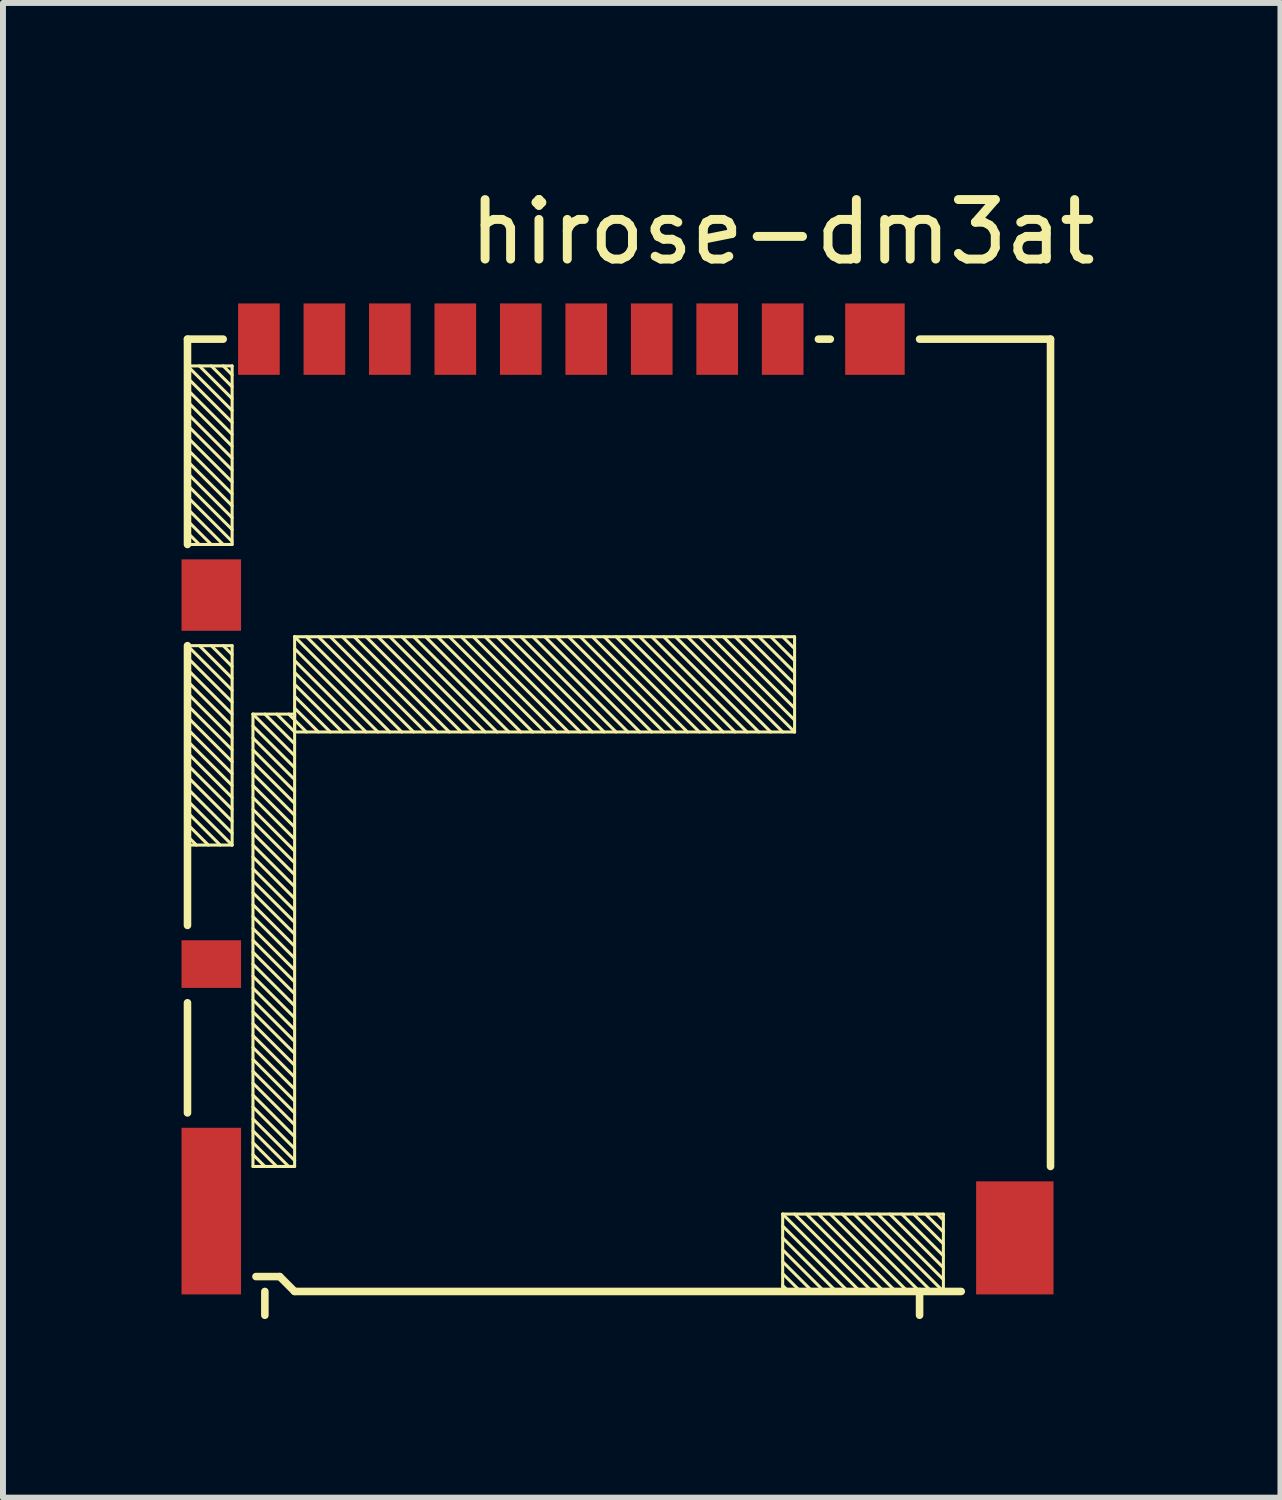
<source format=kicad_pcb>
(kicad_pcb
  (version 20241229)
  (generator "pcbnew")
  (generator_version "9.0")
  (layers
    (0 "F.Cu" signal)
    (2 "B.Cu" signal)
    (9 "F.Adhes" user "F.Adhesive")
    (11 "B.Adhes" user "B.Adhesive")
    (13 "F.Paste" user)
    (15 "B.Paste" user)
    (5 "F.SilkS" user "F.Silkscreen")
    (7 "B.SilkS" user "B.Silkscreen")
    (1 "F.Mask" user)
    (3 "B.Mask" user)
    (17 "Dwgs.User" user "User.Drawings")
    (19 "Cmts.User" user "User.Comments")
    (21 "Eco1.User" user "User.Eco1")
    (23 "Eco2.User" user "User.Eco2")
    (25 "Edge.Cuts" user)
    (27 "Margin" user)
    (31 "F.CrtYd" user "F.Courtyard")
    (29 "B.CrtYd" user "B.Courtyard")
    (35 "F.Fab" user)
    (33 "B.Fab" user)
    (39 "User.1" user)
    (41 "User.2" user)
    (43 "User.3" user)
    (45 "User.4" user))
  (footprint "hirose-dm3at"
    (layer "F.Cu")
    (at 10.1 3.248)
    (property "Reference" "hirose-dm3at" (at 0 -2.4 0) (layer "F.SilkS") (effects (font (size 1 1) (thickness 0.15))))
    (attr through_hole)
    (fp_line (start -10 -0.6) (end -9.4 -0.6) (stroke (width 0.127) (type solid)) (layer "F.SilkS"))
    (fp_line (start -10 -0.15) (end -10 2.85) (stroke (width 0.051) (type solid)) (layer "F.SilkS"))
    (fp_line (start -10 -0.15) (end -9.25 0.6) (stroke (width 0.051) (type solid)) (layer "F.SilkS"))
    (fp_line (start -10 0.05) (end -9.25 0.8) (stroke (width 0.051) (type solid)) (layer "F.SilkS"))
    (fp_line (start -10 0.25) (end -9.25 1) (stroke (width 0.051) (type solid)) (layer "F.SilkS"))
    (fp_line (start -10 0.45) (end -9.25 1.2) (stroke (width 0.051) (type solid)) (layer "F.SilkS"))
    (fp_line (start -10 0.65) (end -9.25 1.4) (stroke (width 0.051) (type solid)) (layer "F.SilkS"))
    (fp_line (start -10 0.85) (end -9.25 1.6) (stroke (width 0.051) (type solid)) (layer "F.SilkS"))
    (fp_line (start -10 1.05) (end -9.25 1.8) (stroke (width 0.051) (type solid)) (layer "F.SilkS"))
    (fp_line (start -10 1.25) (end -9.25 2) (stroke (width 0.051) (type solid)) (layer "F.SilkS"))
    (fp_line (start -10 1.45) (end -9.25 2.2) (stroke (width 0.051) (type solid)) (layer "F.SilkS"))
    (fp_line (start -10 1.65) (end -9.25 2.4) (stroke (width 0.051) (type solid)) (layer "F.SilkS"))
    (fp_line (start -10 1.85) (end -9.25 2.6) (stroke (width 0.051) (type solid)) (layer "F.SilkS"))
    (fp_line (start -10 2.05) (end -9.25 2.8) (stroke (width 0.051) (type solid)) (layer "F.SilkS"))
    (fp_line (start -10 2.25) (end -9.4 2.85) (stroke (width 0.051) (type solid)) (layer "F.SilkS"))
    (fp_line (start -10 2.45) (end -9.6 2.85) (stroke (width 0.051) (type solid)) (layer "F.SilkS"))
    (fp_line (start -10 2.65) (end -9.8 2.85) (stroke (width 0.051) (type solid)) (layer "F.SilkS"))
    (fp_line (start -10 2.85) (end -10 -0.6) (stroke (width 0.127) (type solid)) (layer "F.SilkS"))
    (fp_line (start -10 2.85) (end -9.25 2.85) (stroke (width 0.051) (type solid)) (layer "F.SilkS"))
    (fp_line (start -10 4.55) (end -10 7.9) (stroke (width 0.051) (type solid)) (layer "F.SilkS"))
    (fp_line (start -10 4.55) (end -9.25 5.3) (stroke (width 0.051) (type solid)) (layer "F.SilkS"))
    (fp_line (start -10 4.75) (end -9.25 5.5) (stroke (width 0.051) (type solid)) (layer "F.SilkS"))
    (fp_line (start -10 4.95) (end -9.25 5.7) (stroke (width 0.051) (type solid)) (layer "F.SilkS"))
    (fp_line (start -10 5.15) (end -9.25 5.9) (stroke (width 0.051) (type solid)) (layer "F.SilkS"))
    (fp_line (start -10 5.35) (end -9.25 6.1) (stroke (width 0.051) (type solid)) (layer "F.SilkS"))
    (fp_line (start -10 5.55) (end -9.25 6.3) (stroke (width 0.051) (type solid)) (layer "F.SilkS"))
    (fp_line (start -10 5.75) (end -9.25 6.5) (stroke (width 0.051) (type solid)) (layer "F.SilkS"))
    (fp_line (start -10 5.95) (end -9.25 6.7) (stroke (width 0.051) (type solid)) (layer "F.SilkS"))
    (fp_line (start -10 6.15) (end -9.25 6.9) (stroke (width 0.051) (type solid)) (layer "F.SilkS"))
    (fp_line (start -10 6.35) (end -9.25 7.1) (stroke (width 0.051) (type solid)) (layer "F.SilkS"))
    (fp_line (start -10 6.55) (end -9.25 7.3) (stroke (width 0.051) (type solid)) (layer "F.SilkS"))
    (fp_line (start -10 6.75) (end -9.25 7.5) (stroke (width 0.051) (type solid)) (layer "F.SilkS"))
    (fp_line (start -10 6.95) (end -9.25 7.7) (stroke (width 0.051) (type solid)) (layer "F.SilkS"))
    (fp_line (start -10 7.15) (end -9.25 7.9) (stroke (width 0.051) (type solid)) (layer "F.SilkS"))
    (fp_line (start -10 7.35) (end -9.45 7.9) (stroke (width 0.051) (type solid)) (layer "F.SilkS"))
    (fp_line (start -10 7.55) (end -9.65 7.9) (stroke (width 0.051) (type solid)) (layer "F.SilkS"))
    (fp_line (start -10 7.75) (end -9.85 7.9) (stroke (width 0.051) (type solid)) (layer "F.SilkS"))
    (fp_line (start -10 7.9) (end -9.25 7.9) (stroke (width 0.051) (type solid)) (layer "F.SilkS"))
    (fp_line (start -10 9.25) (end -10 4.55) (stroke (width 0.127) (type solid)) (layer "F.SilkS"))
    (fp_line (start -10 12.4) (end -10 10.55) (stroke (width 0.127) (type solid)) (layer "F.SilkS"))
    (fp_line (start -9.8 -0.15) (end -9.25 0.4) (stroke (width 0.051) (type solid)) (layer "F.SilkS"))
    (fp_line (start -9.8 4.55) (end -9.25 5.1) (stroke (width 0.051) (type solid)) (layer "F.SilkS"))
    (fp_line (start -9.6 -0.15) (end -9.25 0.2) (stroke (width 0.051) (type solid)) (layer "F.SilkS"))
    (fp_line (start -9.6 4.55) (end -9.25 4.9) (stroke (width 0.051) (type solid)) (layer "F.SilkS"))
    (fp_line (start -9.4 -0.15) (end -9.25 0) (stroke (width 0.051) (type solid)) (layer "F.SilkS"))
    (fp_line (start -9.4 4.55) (end -9.25 4.7) (stroke (width 0.051) (type solid)) (layer "F.SilkS"))
    (fp_line (start -9.25 -0.15) (end -10 -0.15) (stroke (width 0.051) (type solid)) (layer "F.SilkS"))
    (fp_line (start -9.25 2.85) (end -9.25 -0.15) (stroke (width 0.051) (type solid)) (layer "F.SilkS"))
    (fp_line (start -9.25 4.55) (end -10 4.55) (stroke (width 0.051) (type solid)) (layer "F.SilkS"))
    (fp_line (start -9.25 7.9) (end -9.25 4.55) (stroke (width 0.051) (type solid)) (layer "F.SilkS"))
    (fp_line (start -8.9 5.7) (end -8.9 13.3) (stroke (width 0.051) (type solid)) (layer "F.SilkS"))
    (fp_line (start -8.9 5.7) (end -8.2 6.4) (stroke (width 0.051) (type solid)) (layer "F.SilkS"))
    (fp_line (start -8.9 5.9) (end -8.2 6.6) (stroke (width 0.051) (type solid)) (layer "F.SilkS"))
    (fp_line (start -8.9 6.1) (end -8.2 6.8) (stroke (width 0.051) (type solid)) (layer "F.SilkS"))
    (fp_line (start -8.9 6.3) (end -8.2 7) (stroke (width 0.051) (type solid)) (layer "F.SilkS"))
    (fp_line (start -8.9 6.5) (end -8.2 7.2) (stroke (width 0.051) (type solid)) (layer "F.SilkS"))
    (fp_line (start -8.9 6.7) (end -8.2 7.4) (stroke (width 0.051) (type solid)) (layer "F.SilkS"))
    (fp_line (start -8.9 6.9) (end -8.2 7.6) (stroke (width 0.051) (type solid)) (layer "F.SilkS"))
    (fp_line (start -8.9 7.1) (end -8.2 7.8) (stroke (width 0.051) (type solid)) (layer "F.SilkS"))
    (fp_line (start -8.9 7.3) (end -8.2 8) (stroke (width 0.051) (type solid)) (layer "F.SilkS"))
    (fp_line (start -8.9 7.5) (end -8.2 8.2) (stroke (width 0.051) (type solid)) (layer "F.SilkS"))
    (fp_line (start -8.9 7.7) (end -8.2 8.4) (stroke (width 0.051) (type solid)) (layer "F.SilkS"))
    (fp_line (start -8.9 7.9) (end -8.2 8.6) (stroke (width 0.051) (type solid)) (layer "F.SilkS"))
    (fp_line (start -8.9 8.1) (end -8.2 8.8) (stroke (width 0.051) (type solid)) (layer "F.SilkS"))
    (fp_line (start -8.9 8.3) (end -8.2 9) (stroke (width 0.051) (type solid)) (layer "F.SilkS"))
    (fp_line (start -8.9 8.5) (end -8.2 9.2) (stroke (width 0.051) (type solid)) (layer "F.SilkS"))
    (fp_line (start -8.9 8.7) (end -8.2 9.4) (stroke (width 0.051) (type solid)) (layer "F.SilkS"))
    (fp_line (start -8.9 8.9) (end -8.2 9.6) (stroke (width 0.051) (type solid)) (layer "F.SilkS"))
    (fp_line (start -8.9 9.1) (end -8.2 9.8) (stroke (width 0.051) (type solid)) (layer "F.SilkS"))
    (fp_line (start -8.9 9.3) (end -8.2 10) (stroke (width 0.051) (type solid)) (layer "F.SilkS"))
    (fp_line (start -8.9 9.5) (end -8.2 10.2) (stroke (width 0.051) (type solid)) (layer "F.SilkS"))
    (fp_line (start -8.9 9.7) (end -8.2 10.4) (stroke (width 0.051) (type solid)) (layer "F.SilkS"))
    (fp_line (start -8.9 9.9) (end -8.2 10.6) (stroke (width 0.051) (type solid)) (layer "F.SilkS"))
    (fp_line (start -8.9 10.1) (end -8.2 10.8) (stroke (width 0.051) (type solid)) (layer "F.SilkS"))
    (fp_line (start -8.9 10.3) (end -8.2 11) (stroke (width 0.051) (type solid)) (layer "F.SilkS"))
    (fp_line (start -8.9 10.5) (end -8.2 11.2) (stroke (width 0.051) (type solid)) (layer "F.SilkS"))
    (fp_line (start -8.9 10.7) (end -8.2 11.4) (stroke (width 0.051) (type solid)) (layer "F.SilkS"))
    (fp_line (start -8.9 10.9) (end -8.2 11.6) (stroke (width 0.051) (type solid)) (layer "F.SilkS"))
    (fp_line (start -8.9 11.1) (end -8.2 11.8) (stroke (width 0.051) (type solid)) (layer "F.SilkS"))
    (fp_line (start -8.9 11.3) (end -8.2 12) (stroke (width 0.051) (type solid)) (layer "F.SilkS"))
    (fp_line (start -8.9 11.5) (end -8.2 12.2) (stroke (width 0.051) (type solid)) (layer "F.SilkS"))
    (fp_line (start -8.9 11.7) (end -8.2 12.4) (stroke (width 0.051) (type solid)) (layer "F.SilkS"))
    (fp_line (start -8.9 11.9) (end -8.2 12.6) (stroke (width 0.051) (type solid)) (layer "F.SilkS"))
    (fp_line (start -8.9 12.1) (end -8.2 12.8) (stroke (width 0.051) (type solid)) (layer "F.SilkS"))
    (fp_line (start -8.9 12.3) (end -8.2 13) (stroke (width 0.051) (type solid)) (layer "F.SilkS"))
    (fp_line (start -8.9 12.5) (end -8.2 13.2) (stroke (width 0.051) (type solid)) (layer "F.SilkS"))
    (fp_line (start -8.9 12.7) (end -8.3 13.3) (stroke (width 0.051) (type solid)) (layer "F.SilkS"))
    (fp_line (start -8.9 12.9) (end -8.5 13.3) (stroke (width 0.051) (type solid)) (layer "F.SilkS"))
    (fp_line (start -8.9 13.1) (end -8.7 13.3) (stroke (width 0.051) (type solid)) (layer "F.SilkS"))
    (fp_line (start -8.9 13.3) (end -8.2 13.3) (stroke (width 0.051) (type solid)) (layer "F.SilkS"))
    (fp_line (start -8.7 5.7) (end -8.2 6.2) (stroke (width 0.051) (type solid)) (layer "F.SilkS"))
    (fp_line (start -8.7 15.4) (end -8.7 15.8) (stroke (width 0.127) (type solid)) (layer "F.SilkS"))
    (fp_line (start -8.5 5.7) (end -8.2 6) (stroke (width 0.051) (type solid)) (layer "F.SilkS"))
    (fp_line (start -8.45 15.15) (end -8.85 15.15) (stroke (width 0.127) (type solid)) (layer "F.SilkS"))
    (fp_line (start -8.3 5.7) (end -8 6) (stroke (width 0.051) (type solid)) (layer "F.SilkS"))
    (fp_line (start -8.2 4.4) (end -8.2 6) (stroke (width 0.051) (type solid)) (layer "F.SilkS"))
    (fp_line (start -8.2 4.4) (end -6.6 6) (stroke (width 0.051) (type solid)) (layer "F.SilkS"))
    (fp_line (start -8.2 4.4) (end 0.2 4.4) (stroke (width 0.051) (type solid)) (layer "F.SilkS"))
    (fp_line (start -8.2 4.6) (end -6.8 6) (stroke (width 0.051) (type solid)) (layer "F.SilkS"))
    (fp_line (start -8.2 4.8) (end -7 6) (stroke (width 0.051) (type solid)) (layer "F.SilkS"))
    (fp_line (start -8.2 5) (end -7.2 6) (stroke (width 0.051) (type solid)) (layer "F.SilkS"))
    (fp_line (start -8.2 5.2) (end -7.4 6) (stroke (width 0.051) (type solid)) (layer "F.SilkS"))
    (fp_line (start -8.2 5.4) (end -7.6 6) (stroke (width 0.051) (type solid)) (layer "F.SilkS"))
    (fp_line (start -8.2 5.6) (end -7.8 6) (stroke (width 0.051) (type solid)) (layer "F.SilkS"))
    (fp_line (start -8.2 5.7) (end -8.9 5.7) (stroke (width 0.051) (type solid)) (layer "F.SilkS"))
    (fp_line (start -8.2 6) (end 0.2 6) (stroke (width 0.051) (type solid)) (layer "F.SilkS"))
    (fp_line (start -8.2 13.3) (end -8.2 5.7) (stroke (width 0.051) (type solid)) (layer "F.SilkS"))
    (fp_line (start -8.2 15.4) (end -8.45 15.15) (stroke (width 0.127) (type solid)) (layer "F.SilkS"))
    (fp_line (start -8.2 15.4) (end 3 15.4) (stroke (width 0.127) (type solid)) (layer "F.SilkS"))
    (fp_line (start -8 4.4) (end -6.4 6) (stroke (width 0.051) (type solid)) (layer "F.SilkS"))
    (fp_line (start -7.8 4.4) (end -6.2 6) (stroke (width 0.051) (type solid)) (layer "F.SilkS"))
    (fp_line (start -7.6 4.4) (end -6 6) (stroke (width 0.051) (type solid)) (layer "F.SilkS"))
    (fp_line (start -7.4 4.4) (end -5.8 6) (stroke (width 0.051) (type solid)) (layer "F.SilkS"))
    (fp_line (start -7.2 4.4) (end -5.6 6) (stroke (width 0.051) (type solid)) (layer "F.SilkS"))
    (fp_line (start -7 4.4) (end -5.4 6) (stroke (width 0.051) (type solid)) (layer "F.SilkS"))
    (fp_line (start -6.8 4.4) (end -5.2 6) (stroke (width 0.051) (type solid)) (layer "F.SilkS"))
    (fp_line (start -6.6 4.4) (end -5 6) (stroke (width 0.051) (type solid)) (layer "F.SilkS"))
    (fp_line (start -6.4 4.4) (end -4.8 6) (stroke (width 0.051) (type solid)) (layer "F.SilkS"))
    (fp_line (start -6.2 4.4) (end -4.6 6) (stroke (width 0.051) (type solid)) (layer "F.SilkS"))
    (fp_line (start -5.999 4.4) (end -4.4 6) (stroke (width 0.051) (type solid)) (layer "F.SilkS"))
    (fp_line (start -5.8 4.4) (end -4.2 6) (stroke (width 0.051) (type solid)) (layer "F.SilkS"))
    (fp_line (start -5.599 4.4) (end -3.999 6) (stroke (width 0.051) (type solid)) (layer "F.SilkS"))
    (fp_line (start -5.4 4.4) (end -3.8 6) (stroke (width 0.051) (type solid)) (layer "F.SilkS"))
    (fp_line (start -5.199 4.4) (end -3.599 6) (stroke (width 0.051) (type solid)) (layer "F.SilkS"))
    (fp_line (start -5 4.4) (end -3.4 6) (stroke (width 0.051) (type solid)) (layer "F.SilkS"))
    (fp_line (start -4.8 4.4) (end -3.2 6) (stroke (width 0.051) (type solid)) (layer "F.SilkS"))
    (fp_line (start -4.6 4.4) (end -3 6) (stroke (width 0.051) (type solid)) (layer "F.SilkS"))
    (fp_line (start -4.4 4.4) (end -2.8 6) (stroke (width 0.051) (type solid)) (layer "F.SilkS"))
    (fp_line (start -4.2 4.4) (end -2.6 6) (stroke (width 0.051) (type solid)) (layer "F.SilkS"))
    (fp_line (start -3.999 4.4) (end -2.4 6) (stroke (width 0.051) (type solid)) (layer "F.SilkS"))
    (fp_line (start -3.8 4.4) (end -2.2 6) (stroke (width 0.051) (type solid)) (layer "F.SilkS"))
    (fp_line (start -3.599 4.4) (end -1.999 6) (stroke (width 0.051) (type solid)) (layer "F.SilkS"))
    (fp_line (start -3.4 4.4) (end -1.8 6) (stroke (width 0.051) (type solid)) (layer "F.SilkS"))
    (fp_line (start -3.2 4.4) (end -1.6 6) (stroke (width 0.051) (type solid)) (layer "F.SilkS"))
    (fp_line (start -3 4.4) (end -1.4 6) (stroke (width 0.051) (type solid)) (layer "F.SilkS"))
    (fp_line (start -2.8 4.4) (end -1.2 6) (stroke (width 0.051) (type solid)) (layer "F.SilkS"))
    (fp_line (start -2.6 4.4) (end -1 6) (stroke (width 0.051) (type solid)) (layer "F.SilkS"))
    (fp_line (start -2.4 4.4) (end -0.8 6) (stroke (width 0.051) (type solid)) (layer "F.SilkS"))
    (fp_line (start -2.2 4.4) (end -0.6 6) (stroke (width 0.051) (type solid)) (layer "F.SilkS"))
    (fp_line (start -1.999 4.4) (end -0.4 6) (stroke (width 0.051) (type solid)) (layer "F.SilkS"))
    (fp_line (start -1.8 4.4) (end -0.2 6) (stroke (width 0.051) (type solid)) (layer "F.SilkS"))
    (fp_line (start -1.6 4.4) (end 0.000254 6) (stroke (width 0.051) (type solid)) (layer "F.SilkS"))
    (fp_line (start -1.4 4.4) (end 0.2 6) (stroke (width 0.051) (type solid)) (layer "F.SilkS"))
    (fp_line (start -1.2 4.4) (end 0.2 5.8) (stroke (width 0.051) (type solid)) (layer "F.SilkS"))
    (fp_line (start -1 4.4) (end 0.2 5.6) (stroke (width 0.051) (type solid)) (layer "F.SilkS"))
    (fp_line (start -0.8 4.4) (end 0.2 5.4) (stroke (width 0.051) (type solid)) (layer "F.SilkS"))
    (fp_line (start -0.6 4.4) (end 0.2 5.2) (stroke (width 0.051) (type solid)) (layer "F.SilkS"))
    (fp_line (start -0.4 4.4) (end 0.2 5) (stroke (width 0.051) (type solid)) (layer "F.SilkS"))
    (fp_line (start -0.2 4.4) (end 0.2 4.8) (stroke (width 0.051) (type solid)) (layer "F.SilkS"))
    (fp_line (start 0 4.4) (end 0.2 4.6) (stroke (width 0.051) (type solid)) (layer "F.SilkS"))
    (fp_line (start 0 14.1) (end 0 15.4) (stroke (width 0.051) (type solid)) (layer "F.SilkS"))
    (fp_line (start 0 14.1) (end 1.3 15.4) (stroke (width 0.051) (type solid)) (layer "F.SilkS"))
    (fp_line (start 0 14.3) (end 1.1 15.4) (stroke (width 0.051) (type solid)) (layer "F.SilkS"))
    (fp_line (start 0 14.5) (end 0.9 15.4) (stroke (width 0.051) (type solid)) (layer "F.SilkS"))
    (fp_line (start 0 14.7) (end 0.7 15.4) (stroke (width 0.051) (type solid)) (layer "F.SilkS"))
    (fp_line (start 0 14.9) (end 0.5 15.4) (stroke (width 0.051) (type solid)) (layer "F.SilkS"))
    (fp_line (start 0 15.1) (end 0.3 15.4) (stroke (width 0.051) (type solid)) (layer "F.SilkS"))
    (fp_line (start 0 15.3) (end 0.1 15.4) (stroke (width 0.051) (type solid)) (layer "F.SilkS"))
    (fp_line (start 0 15.4) (end 2.7 15.4) (stroke (width 0.051) (type solid)) (layer "F.SilkS"))
    (fp_line (start 0.2 14.1) (end 1.5 15.4) (stroke (width 0.051) (type solid)) (layer "F.SilkS"))
    (fp_line (start 0.2 6) (end 0.2 4.4) (stroke (width 0.051) (type solid)) (layer "F.SilkS"))
    (fp_line (start 0.4 14.1) (end 1.7 15.4) (stroke (width 0.051) (type solid)) (layer "F.SilkS"))
    (fp_line (start 0.6 14.1) (end 1.9 15.4) (stroke (width 0.051) (type solid)) (layer "F.SilkS"))
    (fp_line (start 0.6 -0.6) (end 0.8 -0.6) (stroke (width 0.127) (type solid)) (layer "F.SilkS"))
    (fp_line (start 0.8 14.1) (end 2.1 15.4) (stroke (width 0.051) (type solid)) (layer "F.SilkS"))
    (fp_line (start 1 14.1) (end 2.3 15.4) (stroke (width 0.051) (type solid)) (layer "F.SilkS"))
    (fp_line (start 1.2 14.1) (end 2.5 15.4) (stroke (width 0.051) (type solid)) (layer "F.SilkS"))
    (fp_line (start 1.4 14.1) (end 2.7 15.4) (stroke (width 0.051) (type solid)) (layer "F.SilkS"))
    (fp_line (start 2.3 -0.6) (end 4.5 -0.6) (stroke (width 0.127) (type solid)) (layer "F.SilkS"))
    (fp_line (start 2.3 15.4) (end 2.3 15.8) (stroke (width 0.127) (type solid)) (layer "F.SilkS"))
    (fp_line (start 2.7 14.2) (end 2.6 14.1) (stroke (width 0.051) (type solid)) (layer "F.SilkS"))
    (fp_line (start 2.7 14.4) (end 2.4 14.1) (stroke (width 0.051) (type solid)) (layer "F.SilkS"))
    (fp_line (start 2.7 14.6) (end 2.2 14.1) (stroke (width 0.051) (type solid)) (layer "F.SilkS"))
    (fp_line (start 2.7 14.8) (end 2 14.1) (stroke (width 0.051) (type solid)) (layer "F.SilkS"))
    (fp_line (start 2.7 15) (end 1.8 14.1) (stroke (width 0.051) (type solid)) (layer "F.SilkS"))
    (fp_line (start 2.7 15.2) (end 1.6 14.1) (stroke (width 0.051) (type solid)) (layer "F.SilkS"))
    (fp_line (start 2.7 14.1) (end 0 14.1) (stroke (width 0.051) (type solid)) (layer "F.SilkS"))
    (fp_line (start 2.7 15.4) (end 2.7 14.1) (stroke (width 0.051) (type solid)) (layer "F.SilkS"))
    (fp_line (start 4.5 -0.6) (end 4.5 13.3) (stroke (width 0.127) (type solid)) (layer "F.SilkS"))
    (pad "1" smd rect (at -0.000254 -0.6 270) (size 1.2 0.7) (layers "F.Cu" "F.Mask" "F.Paste"))
    (pad "2" smd rect (at -1.1 -0.6 270) (size 1.2 0.7) (layers "F.Cu" "F.Mask" "F.Paste"))
    (pad "3" smd rect (at -2.2 -0.6 270) (size 1.2 0.7) (layers "F.Cu" "F.Mask" "F.Paste"))
    (pad "4" smd rect (at -3.3 -0.6 270) (size 1.2 0.7) (layers "F.Cu" "F.Mask" "F.Paste"))
    (pad "5" smd rect (at -4.4 -0.6 270) (size 1.2 0.7) (layers "F.Cu" "F.Mask" "F.Paste"))
    (pad "6" smd rect (at -5.5 -0.6 270) (size 1.2 0.7) (layers "F.Cu" "F.Mask" "F.Paste"))
    (pad "7" smd rect (at -6.6 -0.6 270) (size 1.2 0.7) (layers "F.Cu" "F.Mask" "F.Paste"))
    (pad "8" smd rect (at -7.7 -0.6 270) (size 1.2 0.7) (layers "F.Cu" "F.Mask" "F.Paste"))
    (pad "9" smd rect (at -9.6 3.7 270) (size 1.2 1) (layers "F.Cu" "F.Mask" "F.Paste"))
    (pad "10" smd rect (at -9.6 14.05 270) (size 2.8 1) (layers "F.Cu" "F.Mask" "F.Paste"))
    (pad "CD1" smd rect (at -8.8 -0.6 270) (size 1.2 0.7) (layers "F.Cu" "F.Mask" "F.Paste"))
    (pad "CD2" smd rect (at -9.6 9.9) (size 1 0.8) (layers "F.Cu" "F.Mask" "F.Paste"))
    (pad "M1" smd rect (at 1.55 -0.6 270) (size 1.2 1) (layers "F.Cu" "F.Mask" "F.Paste"))
    (pad "M1" smd rect (at 3.9 14.5 270) (size 1.9 1.3) (layers "F.Cu" "F.Mask" "F.Paste")))
  (gr_rect
    (start -3 -3)
    (end 18.463 22.112)
    (stroke (width 0.1) (type default))
    (fill no)
    (layer "Edge.Cuts")))
</source>
